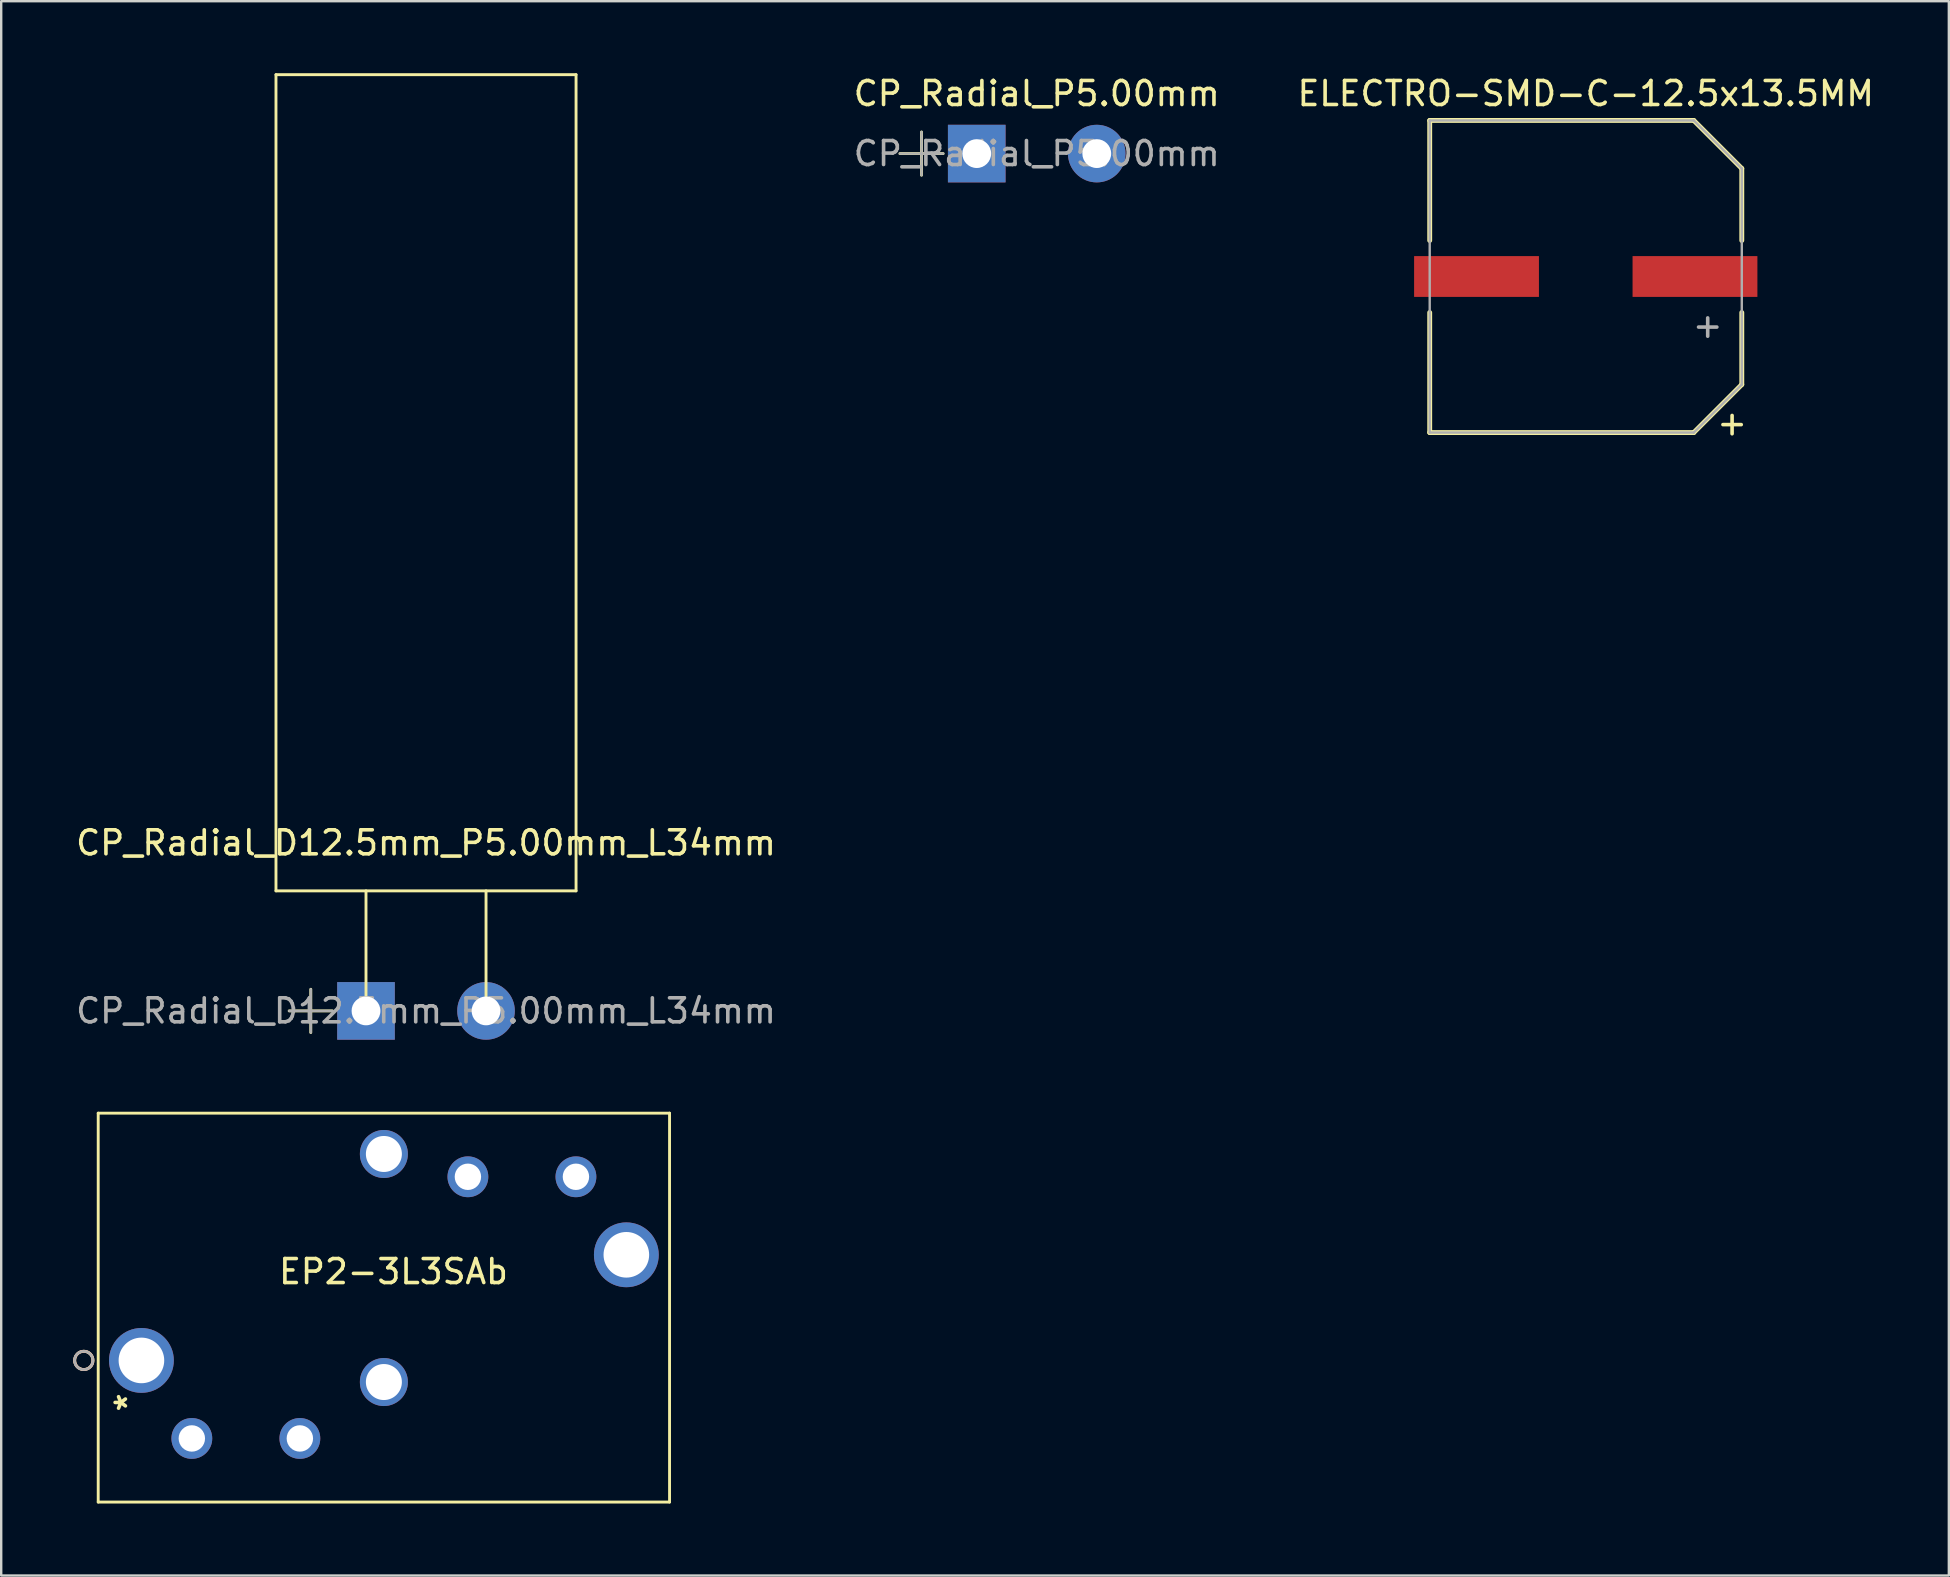
<source format=kicad_pcb>
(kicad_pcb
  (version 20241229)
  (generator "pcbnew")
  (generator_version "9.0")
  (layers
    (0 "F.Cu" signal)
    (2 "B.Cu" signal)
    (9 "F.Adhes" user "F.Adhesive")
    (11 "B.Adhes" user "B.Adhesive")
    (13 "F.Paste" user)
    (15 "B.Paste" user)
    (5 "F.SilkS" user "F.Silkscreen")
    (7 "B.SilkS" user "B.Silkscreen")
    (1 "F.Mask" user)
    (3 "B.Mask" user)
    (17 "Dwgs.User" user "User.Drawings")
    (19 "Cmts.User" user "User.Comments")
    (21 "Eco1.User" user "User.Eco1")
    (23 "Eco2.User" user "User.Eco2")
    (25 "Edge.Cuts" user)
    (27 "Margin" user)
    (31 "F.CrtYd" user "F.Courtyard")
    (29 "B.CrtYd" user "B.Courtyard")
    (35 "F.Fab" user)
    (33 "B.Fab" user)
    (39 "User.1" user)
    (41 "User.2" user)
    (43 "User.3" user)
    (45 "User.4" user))
  (footprint "EP2-3L3SAb"
    (layer "F.Cu")
    (at 2.841 53.62)
    (property "Reference" "EP2-3L3SAb" (at 10.5 -3.7 180) (layer "F.SilkS") (effects (font (size 1 1) (thickness 0.15))))
    (attr through_hole)
    (fp_line (start -1.8 -10.3) (end -1.8 5.9) (stroke (width 0.12) (type solid)) (layer "F.SilkS"))
    (fp_line (start -1.8 -10.3) (end 22 -10.3) (stroke (width 0.12) (type solid)) (layer "F.SilkS"))
    (fp_line (start -1.8 5.9) (end 22 5.9) (stroke (width 0.12) (type solid)) (layer "F.SilkS"))
    (fp_line (start 22 5.9) (end 22 -10.3) (stroke (width 0.12) (type solid)) (layer "F.SilkS"))
    (fp_circle (center -2.4 -0.001) (end -2.4 -0.382) (stroke (width 0.12) (type solid)) (fill no) (layer "F.SilkS"))
    (fp_circle (center -2.4 -0.001) (end -2.4 -0.382) (stroke (width 0.12) (type solid)) (fill no) (layer "B.SilkS"))
    (fp_circle (center -2.405 0) (end -2.405 -0.381) (stroke (width 0.1) (type solid)) (fill no) (layer "F.Fab"))
    (fp_text user "*" (at -0.55 1.75 90) (layer "F.SilkS") (effects (font (size 1 1) (thickness 0.15))))
    (fp_text user "Copyright 2021 Accelerated Designs. All rights reserved." (at 0 0 90) (layer "Cmts.User") (effects (font (size 0.127 0.127) (thickness 0.002))))
    (fp_text user "*" (at 0 0 90) (layer "F.Fab") (effects (font (size 1 1) (thickness 0.15))))
    (pad "1" thru_hole circle (at 0 0 90) (size 2.7 2.7) (drill 1.9) (layers "*.Cu" "*.Mask"))
    (pad "2" thru_hole circle (at 2.1 3.25 90) (size 1.7 1.7) (drill 1.1) (layers "*.Cu" "*.Mask"))
    (pad "3" thru_hole circle (at 6.6 3.25 90) (size 1.7 1.7) (drill 1.1) (layers "*.Cu" "*.Mask"))
    (pad "4" thru_hole circle (at 10.1 0.9 90) (size 2 2) (drill 1.5) (layers "*.Cu" "*.Mask"))
    (pad "5" thru_hole circle (at 10.1 -8.6 90) (size 2 2) (drill 1.5) (layers "*.Cu" "*.Mask"))
    (pad "6" thru_hole circle (at 13.6 -7.65 90) (size 1.7 1.7) (drill 1.1) (layers "*.Cu" "*.Mask"))
    (pad "7" thru_hole circle (at 18.1 -7.65 90) (size 1.7 1.7) (drill 1.1) (layers "*.Cu" "*.Mask"))
    (pad "8" thru_hole circle (at 20.2 -4.4 90) (size 2.7 2.7) (drill 1.9) (layers "*.Cu" "*.Mask")))
  (footprint "CP_Radial_P5.00mm"
    (layer "F.Cu")
    (at 37.637 3.348)
    (property "Reference" "CP_Radial_P5.00mm" (at 2.5 -2.5 0) (layer "F.SilkS") (effects (font (size 1 1) (thickness 0.15))))
    (attr through_hole)
    (fp_line (start -3.2 0) (end -1.4 0) (stroke (width 0.12) (type solid)) (layer "F.SilkS"))
    (fp_line (start -2.3 -0.9) (end -2.3 0.9) (stroke (width 0.12) (type solid)) (layer "F.SilkS"))
    (fp_line (start -3.2 0) (end -1.4 0) (stroke (width 0.1) (type solid)) (layer "F.Fab"))
    (fp_line (start -2.3 -0.9) (end -2.3 0.9) (stroke (width 0.1) (type solid)) (layer "F.Fab"))
    (fp_text user "${REFERENCE}" (at 2.5 0 0) (layer "F.Fab") (effects (font (size 1 1) (thickness 0.15))))
    (pad "1" thru_hole rect (at 0 0) (size 2.4 2.4) (drill 1.2) (layers "*.Cu" "*.Mask"))
    (pad "2" thru_hole circle (at 5 0) (size 2.4 2.4) (drill 1.2) (layers "*.Cu" "*.Mask")))
  (footprint "ELECTRO-SMD-C-12.5x13.5MM"
    (layer "F.Cu")
    (at 63.006 8.468)
    (property "Reference" "ELECTRO-SMD-C-12.5x13.5MM" (at 0 -7.62 0) (layer "F.SilkS") (effects (font (size 1 1) (thickness 0.15))))
    (attr smd)
    (fp_line (start -6.5 -6.5) (end -6.5 -1.5) (stroke (width 0.203) (type solid)) (layer "F.SilkS"))
    (fp_line (start -6.5 -6.5) (end 4.5 -6.5) (stroke (width 0.203) (type solid)) (layer "F.SilkS"))
    (fp_line (start -6.5 6.5) (end -6.5 1.5) (stroke (width 0.203) (type solid)) (layer "F.SilkS"))
    (fp_line (start 4.5 -6.5) (end 6.5 -4.5) (stroke (width 0.203) (type solid)) (layer "F.SilkS"))
    (fp_line (start 4.5 6.5) (end -6.5 6.5) (stroke (width 0.203) (type solid)) (layer "F.SilkS"))
    (fp_line (start 6.5 -4.5) (end 6.5 -1.5) (stroke (width 0.203) (type solid)) (layer "F.SilkS"))
    (fp_line (start 6.5 4.5) (end 4.5 6.5) (stroke (width 0.203) (type solid)) (layer "F.SilkS"))
    (fp_line (start 6.5 4.5) (end 6.5 1.5) (stroke (width 0.203) (type solid)) (layer "F.SilkS"))
    (fp_line (start -6.5 -6.5) (end -6.5 6.5) (stroke (width 0.1) (type solid)) (layer "F.Fab"))
    (fp_line (start -6.5 6.5) (end 4.5 6.5) (stroke (width 0.1) (type solid)) (layer "F.Fab"))
    (fp_line (start 4.5 -6.5) (end -6.5 -6.5) (stroke (width 0.1) (type solid)) (layer "F.Fab"))
    (fp_line (start 4.5 6.5) (end 6.5 4.5) (stroke (width 0.1) (type solid)) (layer "F.Fab"))
    (fp_line (start 6.5 -4.5) (end 4.5 -6.5) (stroke (width 0.1) (type solid)) (layer "F.Fab"))
    (fp_line (start 6.5 4.5) (end 6.5 -4.5) (stroke (width 0.1) (type solid)) (layer "F.Fab"))
    (fp_text user "+" (at 6.096 6.096 0) (layer "F.SilkS") (effects (font (size 1 1) (thickness 0.15))))
    (fp_text user "+" (at 5.08 2.032 0) (layer "F.Fab") (effects (font (size 1 1) (thickness 0.15))))
    (pad "1" smd rect (at 4.55 0) (size 5.2 1.7) (layers "F.Cu" "F.Mask" "F.Paste"))
    (pad "2" smd rect (at -4.55 0) (size 5.2 1.7) (layers "F.Cu" "F.Mask" "F.Paste")))
  (footprint "CP_Radial_D12.5mm_P5.00mm_L34mm"
    (layer "F.Cu")
    (at 12.196 39.06)
    (property "Reference" "CP_Radial_D12.5mm_P5.00mm_L34mm" (at 2.5 -7 0) (layer "F.SilkS") (effects (font (size 1 1) (thickness 0.15))))
    (attr through_hole)
    (fp_line (start -3.75 -39) (end -3.75 -5) (stroke (width 0.12) (type solid)) (layer "F.SilkS"))
    (fp_line (start -3.75 -5) (end 8.75 -5) (stroke (width 0.12) (type solid)) (layer "F.SilkS"))
    (fp_line (start -3.2 0) (end -1.4 0) (stroke (width 0.12) (type solid)) (layer "F.SilkS"))
    (fp_line (start -2.3 -0.9) (end -2.3 0.9) (stroke (width 0.12) (type solid)) (layer "F.SilkS"))
    (fp_line (start 0 0) (end 0 -5) (stroke (width 0.12) (type solid)) (layer "F.SilkS"))
    (fp_line (start 5 0) (end 5 -5) (stroke (width 0.12) (type solid)) (layer "F.SilkS"))
    (fp_line (start 8.75 -39) (end -3.75 -39) (stroke (width 0.12) (type solid)) (layer "F.SilkS"))
    (fp_line (start 8.75 -5) (end 8.75 -39) (stroke (width 0.12) (type solid)) (layer "F.SilkS"))
    (fp_line (start -3.2 0) (end -1.4 0) (stroke (width 0.1) (type solid)) (layer "F.Fab"))
    (fp_line (start -2.3 -0.9) (end -2.3 0.9) (stroke (width 0.1) (type solid)) (layer "F.Fab"))
    (fp_text user "${REFERENCE}" (at 2.5 0 0) (layer "F.Fab") (effects (font (size 1 1) (thickness 0.15))))
    (pad "1" thru_hole rect (at 0 0) (size 2.4 2.4) (drill 1.2) (layers "*.Cu" "*.Mask"))
    (pad "2" thru_hole circle (at 5 0) (size 2.4 2.4) (drill 1.2) (layers "*.Cu" "*.Mask")))
  (gr_rect
    (start -3 -3)
    (end 78.131 62.58)
    (stroke (width 0.1) (type default))
    (fill no)
    (layer "Edge.Cuts")))
</source>
